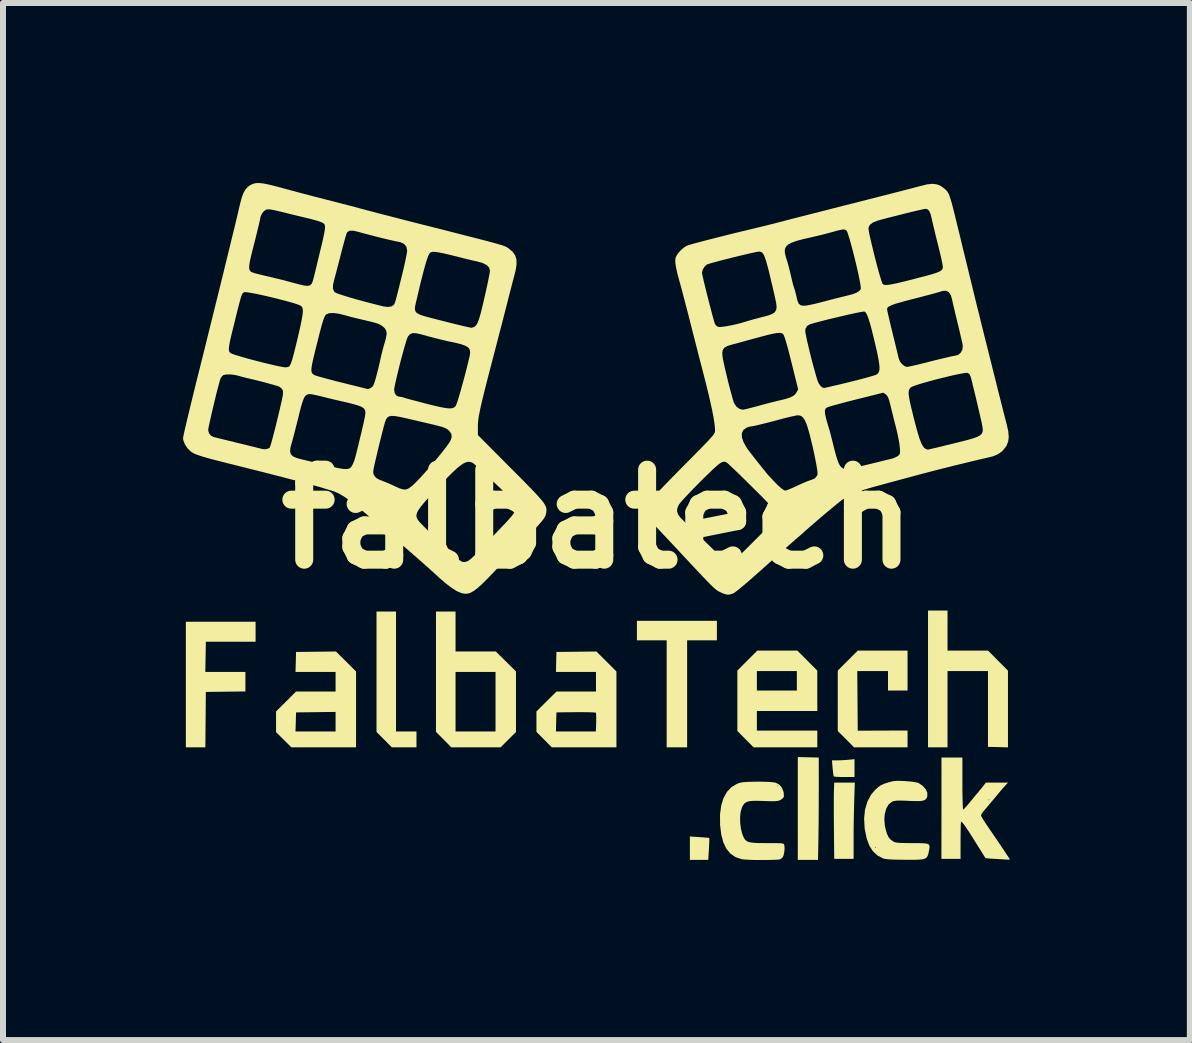
<source format=kicad_pcb>
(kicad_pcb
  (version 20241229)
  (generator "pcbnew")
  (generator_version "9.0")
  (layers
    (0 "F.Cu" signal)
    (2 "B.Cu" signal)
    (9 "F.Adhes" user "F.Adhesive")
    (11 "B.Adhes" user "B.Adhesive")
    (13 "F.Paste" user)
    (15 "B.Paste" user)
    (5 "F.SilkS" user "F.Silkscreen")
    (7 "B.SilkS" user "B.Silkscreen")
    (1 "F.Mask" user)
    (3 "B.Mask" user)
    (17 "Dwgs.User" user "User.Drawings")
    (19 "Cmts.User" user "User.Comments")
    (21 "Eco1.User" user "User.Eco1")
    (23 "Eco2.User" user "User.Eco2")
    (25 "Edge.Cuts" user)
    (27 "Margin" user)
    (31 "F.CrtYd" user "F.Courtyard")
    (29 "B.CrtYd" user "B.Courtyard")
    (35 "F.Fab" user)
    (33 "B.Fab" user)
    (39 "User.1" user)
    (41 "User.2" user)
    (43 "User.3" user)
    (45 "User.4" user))
  (footprint "falbatech"
    (layer "F.Cu")
    (at 6.912 5.598)
    (property "Reference" "falbatech" (at 0 0 0) (layer "F.SilkS") (effects (font (size 1.5 1.5) (thickness 0.3))))
    (attr board_only exclude_from_pos_files exclude_from_bom)
    (fp_poly (pts (xy -3.363 2.542) (xy -3.363 3.541) (xy -3.192 3.541) (xy -3.022 3.541) (xy -3.022 3.673) (xy -3.022 3.805) (xy -3.228 3.805) (xy -3.433 3.805) (xy -3.561 3.676) (xy -3.688 3.548) (xy -3.688 2.545) (xy -3.688 1.542) (xy -3.526 1.542) (xy -3.363 1.542)) (stroke (width 0) (type solid)) (fill yes) (layer "F.SilkS"))
    (fp_poly (pts (xy 1.693 5.301) (xy 1.76 5.306) (xy 1.814 5.31) (xy 1.848 5.314) (xy 1.857 5.316) (xy 1.858 5.332) (xy 1.857 5.373) (xy 1.855 5.433) (xy 1.851 5.5) (xy 1.84 5.68) (xy 1.687 5.68) (xy 1.534 5.68) (xy 1.534 5.485) (xy 1.534 5.29)) (stroke (width 0) (type solid)) (fill yes) (layer "F.SilkS"))
    (fp_poly (pts (xy 3.506 3.971) (xy 3.681 3.975) (xy 3.682 4.459) (xy 3.681 4.603) (xy 3.681 4.758) (xy 3.68 4.915) (xy 3.679 5.067) (xy 3.677 5.205) (xy 3.676 5.312) (xy 3.669 5.68) (xy 3.5 5.68) (xy 3.332 5.68) (xy 3.332 4.823) (xy 3.332 3.967)) (stroke (width 0) (type solid)) (fill yes) (layer "F.SilkS"))
    (fp_poly (pts (xy 1.984 1.86) (xy 1.984 2.022) (xy 1.736 2.022) (xy 1.488 2.022) (xy 1.488 2.913) (xy 1.488 3.805) (xy 1.317 3.805) (xy 1.147 3.805) (xy 1.147 2.913) (xy 1.147 2.022) (xy 0.899 2.022) (xy 0.651 2.022) (xy 0.651 1.86) (xy 0.651 1.697) (xy 1.317 1.697) (xy 1.984 1.697)) (stroke (width 0) (type solid)) (fill yes) (layer "F.SilkS"))
    (fp_poly (pts (xy 4.277 4.151) (xy 4.277 4.3) (xy 4.108 4.3) (xy 4.038 4.299) (xy 3.981 4.297) (xy 3.943 4.293) (xy 3.931 4.289) (xy 3.926 4.269) (xy 3.92 4.226) (xy 3.914 4.169) (xy 3.912 4.149) (xy 3.901 4.022) (xy 3.994 4.022) (xy 4.065 4.02) (xy 4.144 4.015) (xy 4.182 4.012) (xy 4.277 4.002)) (stroke (width 0) (type solid)) (fill yes) (layer "F.SilkS"))
    (fp_poly (pts (xy -5.703 1.879) (xy -5.703 2.046) (xy -6.118 2.046) (xy -6.532 2.046) (xy -6.536 2.297) (xy -6.541 2.549) (xy -6.207 2.549) (xy -5.873 2.549) (xy -5.873 2.712) (xy -5.873 2.874) (xy -6.203 2.878) (xy -6.532 2.882) (xy -6.536 3.344) (xy -6.54 3.805) (xy -6.703 3.805) (xy -6.865 3.805) (xy -6.865 2.759) (xy -6.865 1.712) (xy -6.284 1.712) (xy -5.703 1.712)) (stroke (width 0) (type solid)) (fill yes) (layer "F.SilkS"))
    (fp_poly (pts (xy 4.272 4.698) (xy 4.269 4.817) (xy 4.266 4.954) (xy 4.263 5.098) (xy 4.262 5.236) (xy 4.262 5.334) (xy 4.262 5.664) (xy 4.1 5.664) (xy 3.939 5.664) (xy 3.934 5.172) (xy 3.933 5.044) (xy 3.932 4.918) (xy 3.932 4.801) (xy 3.932 4.697) (xy 3.932 4.612) (xy 3.933 4.551) (xy 3.934 4.537) (xy 3.939 4.393) (xy 4.11 4.393) (xy 4.282 4.393)) (stroke (width 0) (type solid)) (fill yes) (layer "F.SilkS"))
    (fp_poly (pts (xy 5.827 1.86) (xy 5.827 2.193) (xy 6.164 2.193) (xy 6.502 2.193) (xy 6.668 2.36) (xy 6.834 2.527) (xy 6.834 3.166) (xy 6.834 3.806) (xy 6.668 3.801) (xy 6.501 3.797) (xy 6.501 3.165) (xy 6.501 2.534) (xy 6.164 2.534) (xy 5.827 2.534) (xy 5.827 3.169) (xy 5.827 3.805) (xy 5.664 3.805) (xy 5.502 3.805) (xy 5.502 2.666) (xy 5.502 1.526) (xy 5.664 1.526) (xy 5.827 1.526)) (stroke (width 0) (type solid)) (fill yes) (layer "F.SilkS"))
    (fp_poly (pts (xy 5.161 2.526) (xy 5.161 2.859) (xy 4.998 2.859) (xy 4.835 2.859) (xy 4.835 2.697) (xy 4.835 2.534) (xy 4.579 2.534) (xy 4.323 2.534) (xy 4.327 3.031) (xy 4.331 3.528) (xy 4.746 3.526) (xy 5.161 3.525) (xy 5.161 3.665) (xy 5.161 3.805) (xy 4.715 3.805) (xy 4.269 3.805) (xy 4.134 3.669) (xy 3.998 3.533) (xy 3.998 3.029) (xy 3.998 2.526) (xy 4.165 2.359) (xy 4.332 2.193) (xy 4.746 2.193) (xy 5.161 2.193)) (stroke (width 0) (type solid)) (fill yes) (layer "F.SilkS"))
    (fp_poly (pts (xy -2.371 1.875) (xy -2.371 2.208) (xy -2.036 2.208) (xy -1.7 2.208) (xy -1.532 2.374) (xy -1.364 2.54) (xy -1.364 3.045) (xy -1.364 3.55) (xy -1.492 3.677) (xy -1.62 3.805) (xy -2.031 3.805) (xy -2.442 3.805) (xy -2.569 3.676) (xy -2.697 3.548) (xy -2.697 3.045) (xy -2.371 3.045) (xy -2.371 3.541) (xy -2.038 3.541) (xy -1.705 3.541) (xy -1.705 3.045) (xy -1.705 2.549) (xy -2.038 2.549) (xy -2.371 2.549) (xy -2.371 3.045) (xy -2.697 3.045) (xy -2.697 2.545) (xy -2.697 1.542) (xy -2.534 1.542) (xy -2.371 1.542)) (stroke (width 0) (type solid)) (fill yes) (layer "F.SilkS"))
    (fp_poly (pts (xy -4.196 2.374) (xy -4.029 2.541) (xy -4.029 3.173) (xy -4.029 3.805) (xy -4.568 3.805) (xy -5.107 3.805) (xy -5.235 3.678) (xy -5.362 3.551) (xy -5.362 3.541) (xy -5.038 3.541) (xy -4.704 3.541) (xy -4.37 3.541) (xy -4.37 3.378) (xy -4.37 3.215) (xy -4.7 3.219) (xy -5.029 3.223) (xy -5.033 3.382) (xy -5.038 3.541) (xy -5.362 3.541) (xy -5.362 3.379) (xy -5.362 3.207) (xy -5.195 3.041) (xy -5.028 2.875) (xy -4.699 2.875) (xy -4.37 2.875) (xy -4.37 2.712) (xy -4.37 2.549) (xy -4.704 2.549) (xy -5.038 2.549) (xy -5.033 2.383) (xy -5.029 2.216) (xy -4.696 2.212) (xy -4.364 2.208)) (stroke (width 0) (type solid)) (fill yes) (layer "F.SilkS"))
    (fp_poly (pts (xy 3.491 2.36) (xy 3.657 2.527) (xy 3.657 2.863) (xy 3.657 3.2) (xy 3.154 3.2) (xy 2.65 3.2) (xy 2.65 3.363) (xy 2.65 3.526) (xy 3.154 3.526) (xy 3.657 3.526) (xy 3.657 3.665) (xy 3.657 3.805) (xy 3.126 3.805) (xy 2.595 3.805) (xy 2.46 3.669) (xy 2.325 3.533) (xy 2.325 3.029) (xy 2.325 2.697) (xy 2.65 2.697) (xy 2.65 2.859) (xy 2.983 2.859) (xy 3.316 2.859) (xy 3.316 2.697) (xy 3.316 2.534) (xy 2.983 2.534) (xy 2.65 2.534) (xy 2.65 2.697) (xy 2.325 2.697) (xy 2.325 2.526) (xy 2.491 2.359) (xy 2.658 2.193) (xy 2.991 2.193) (xy 3.325 2.193)) (stroke (width 0) (type solid)) (fill yes) (layer "F.SilkS"))
    (fp_poly (pts (xy 0.143 2.374) (xy 0.31 2.541) (xy 0.31 3.173) (xy 0.31 3.805) (xy -0.229 3.805) (xy -0.768 3.805) (xy -0.895 3.676) (xy -1.023 3.548) (xy -1.023 3.541) (xy -0.698 3.541) (xy -0.366 3.541) (xy -0.033 3.541) (xy -0.028 3.392) (xy -0.027 3.327) (xy -0.028 3.273) (xy -0.03 3.238) (xy -0.032 3.229) (xy -0.05 3.225) (xy -0.094 3.222) (xy -0.162 3.22) (xy -0.247 3.219) (xy -0.347 3.219) (xy -0.365 3.219) (xy -0.69 3.223) (xy -0.694 3.382) (xy -0.698 3.541) (xy -1.023 3.541) (xy -1.023 3.378) (xy -1.023 3.207) (xy -0.856 3.041) (xy -0.689 2.875) (xy -0.36 2.875) (xy -0.031 2.875) (xy -0.031 2.712) (xy -0.031 2.549) (xy -0.365 2.549) (xy -0.698 2.549) (xy -0.694 2.383) (xy -0.69 2.216) (xy -0.357 2.212) (xy -0.024 2.208)) (stroke (width 0) (type solid)) (fill yes) (layer "F.SilkS"))
    (fp_poly (pts (xy 2.749 4.378) (xy 2.835 4.381) (xy 2.907 4.386) (xy 2.957 4.393) (xy 2.963 4.394) (xy 3.024 4.426) (xy 3.069 4.48) (xy 3.096 4.551) (xy 3.101 4.627) (xy 3.087 4.65) (xy 3.056 4.675) (xy 3.047 4.68) (xy 3.023 4.691) (xy 2.996 4.698) (xy 2.96 4.702) (xy 2.91 4.703) (xy 2.838 4.702) (xy 2.765 4.699) (xy 2.658 4.696) (xy 2.577 4.697) (xy 2.518 4.704) (xy 2.475 4.718) (xy 2.443 4.74) (xy 2.419 4.772) (xy 2.403 4.803) (xy 2.381 4.873) (xy 2.371 4.961) (xy 2.372 5.06) (xy 2.384 5.158) (xy 2.406 5.247) (xy 2.428 5.302) (xy 2.447 5.335) (xy 2.47 5.359) (xy 2.499 5.377) (xy 2.54 5.389) (xy 2.597 5.396) (xy 2.674 5.4) (xy 2.777 5.401) (xy 2.819 5.401) (xy 2.918 5.401) (xy 2.991 5.402) (xy 3.041 5.403) (xy 3.074 5.407) (xy 3.092 5.412) (xy 3.102 5.42) (xy 3.107 5.432) (xy 3.108 5.437) (xy 3.112 5.486) (xy 3.107 5.547) (xy 3.095 5.605) (xy 3.084 5.632) (xy 3.056 5.661) (xy 3.033 5.671) (xy 2.992 5.677) (xy 2.927 5.68) (xy 2.844 5.682) (xy 2.752 5.683) (xy 2.658 5.683) (xy 2.567 5.681) (xy 2.487 5.677) (xy 2.426 5.673) (xy 2.397 5.669) (xy 2.295 5.635) (xy 2.21 5.577) (xy 2.142 5.495) (xy 2.091 5.389) (xy 2.056 5.257) (xy 2.037 5.099) (xy 2.037 5.089) (xy 2.036 4.922) (xy 2.056 4.775) (xy 2.094 4.65) (xy 2.152 4.547) (xy 2.227 4.467) (xy 2.26 4.448) (xy 2.991 4.448) (xy 2.999 4.455) (xy 3.006 4.448) (xy 2.999 4.44) (xy 2.991 4.448) (xy 2.26 4.448) (xy 2.321 4.412) (xy 2.369 4.395) (xy 2.413 4.387) (xy 2.481 4.382) (xy 2.564 4.379) (xy 2.656 4.377)) (stroke (width 0) (type solid)) (fill yes) (layer "F.SilkS"))
    (fp_poly (pts (xy 6.075 4.409) (xy 6.075 4.521) (xy 6.077 4.623) (xy 6.079 4.71) (xy 6.081 4.778) (xy 6.084 4.823) (xy 6.087 4.843) (xy 6.088 4.843) (xy 6.102 4.832) (xy 6.131 4.801) (xy 6.171 4.755) (xy 6.21 4.707) (xy 6.233 4.68) (xy 6.509 4.68) (xy 6.517 4.688) (xy 6.524 4.68) (xy 6.517 4.672) (xy 6.509 4.68) (xy 6.233 4.68) (xy 6.258 4.648) (xy 6.303 4.594) (xy 6.338 4.553) (xy 6.354 4.533) (xy 6.387 4.494) (xy 6.423 4.449) (xy 6.427 4.444) (xy 6.466 4.393) (xy 6.651 4.393) (xy 6.836 4.393) (xy 6.8 4.43) (xy 6.771 4.462) (xy 6.732 4.506) (xy 6.703 4.541) (xy 6.668 4.583) (xy 6.624 4.636) (xy 6.569 4.701) (xy 6.5 4.784) (xy 6.414 4.886) (xy 6.393 4.917) (xy 6.385 4.94) (xy 6.393 4.961) (xy 6.416 5) (xy 6.448 5.05) (xy 6.464 5.075) (xy 6.561 5.217) (xy 6.646 5.342) (xy 6.719 5.449) (xy 6.778 5.537) (xy 6.822 5.605) (xy 6.852 5.65) (xy 6.865 5.671) (xy 6.865 5.673) (xy 6.852 5.677) (xy 6.821 5.676) (xy 6.786 5.674) (xy 6.73 5.67) (xy 6.661 5.666) (xy 6.62 5.664) (xy 6.554 5.66) (xy 6.501 5.656) (xy 6.467 5.651) (xy 6.459 5.649) (xy 6.448 5.633) (xy 6.425 5.597) (xy 6.392 5.544) (xy 6.353 5.481) (xy 6.346 5.471) (xy 6.269 5.347) (xy 6.206 5.247) (xy 6.156 5.17) (xy 6.117 5.114) (xy 6.088 5.075) (xy 6.068 5.053) (xy 6.055 5.045) (xy 6.053 5.044) (xy 6.05 5.059) (xy 6.048 5.1) (xy 6.046 5.163) (xy 6.045 5.243) (xy 6.044 5.335) (xy 6.044 5.354) (xy 6.044 5.664) (xy 5.885 5.664) (xy 5.725 5.664) (xy 5.726 4.82) (xy 5.726 3.975) (xy 5.901 3.975) (xy 6.075 3.975)) (stroke (width 0) (type solid)) (fill yes) (layer "F.SilkS"))
    (fp_poly (pts (xy 5.108 4.367) (xy 5.122 4.368) (xy 5.212 4.375) (xy 5.285 4.385) (xy 5.335 4.396) (xy 5.347 4.401) (xy 5.415 4.448) (xy 5.464 4.504) (xy 5.49 4.563) (xy 5.49 4.622) (xy 5.486 4.634) (xy 5.472 4.661) (xy 5.452 4.681) (xy 5.42 4.693) (xy 5.373 4.7) (xy 5.305 4.701) (xy 5.213 4.699) (xy 5.177 4.697) (xy 5.086 4.693) (xy 5.021 4.692) (xy 4.974 4.694) (xy 4.94 4.699) (xy 4.914 4.707) (xy 4.897 4.715) (xy 4.845 4.758) (xy 4.807 4.824) (xy 4.783 4.908) (xy 4.774 5.005) (xy 4.783 5.11) (xy 4.795 5.169) (xy 4.819 5.248) (xy 4.845 5.303) (xy 4.879 5.343) (xy 4.917 5.37) (xy 4.939 5.382) (xy 4.964 5.39) (xy 4.998 5.395) (xy 5.047 5.398) (xy 5.114 5.4) (xy 5.207 5.401) (xy 5.232 5.401) (xy 5.338 5.401) (xy 5.416 5.403) (xy 5.471 5.408) (xy 5.505 5.418) (xy 5.523 5.435) (xy 5.528 5.46) (xy 5.524 5.496) (xy 5.517 5.533) (xy 5.507 5.58) (xy 5.495 5.615) (xy 5.479 5.641) (xy 5.453 5.659) (xy 5.414 5.67) (xy 5.358 5.676) (xy 5.28 5.679) (xy 5.178 5.679) (xy 5.126 5.679) (xy 5.002 5.677) (xy 4.906 5.675) (xy 4.834 5.67) (xy 4.784 5.664) (xy 4.753 5.656) (xy 4.66 5.608) (xy 4.583 5.536) (xy 4.542 5.471) (xy 4.618 5.471) (xy 4.626 5.478) (xy 4.634 5.471) (xy 4.626 5.463) (xy 4.618 5.471) (xy 4.542 5.471) (xy 4.523 5.441) (xy 4.479 5.32) (xy 4.449 5.174) (xy 4.446 5.155) (xy 4.437 4.992) (xy 4.452 4.843) (xy 4.492 4.709) (xy 4.554 4.593) (xy 4.617 4.519) (xy 4.669 4.47) (xy 4.717 4.437) (xy 4.771 4.412) (xy 4.823 4.395) (xy 4.878 4.379) (xy 4.925 4.369) (xy 4.972 4.364) (xy 5.03 4.364)) (stroke (width 0) (type solid)) (fill yes) (layer "F.SilkS"))
    (fp_poly (pts (xy 5.651 -5.576) (xy 5.716 -5.549) (xy 5.779 -5.502) (xy 5.786 -5.496) (xy 5.808 -5.474) (xy 5.827 -5.451) (xy 5.844 -5.422) (xy 5.86 -5.384) (xy 5.877 -5.333) (xy 5.897 -5.266) (xy 5.92 -5.178) (xy 5.948 -5.066) (xy 5.967 -4.987) (xy 5.997 -4.864) (xy 6.029 -4.735) (xy 6.06 -4.607) (xy 6.088 -4.489) (xy 6.113 -4.39) (xy 6.121 -4.355) (xy 6.145 -4.258) (xy 6.173 -4.142) (xy 6.204 -4.015) (xy 6.235 -3.889) (xy 6.261 -3.781) (xy 6.286 -3.678) (xy 6.316 -3.556) (xy 6.351 -3.417) (xy 6.388 -3.266) (xy 6.428 -3.105) (xy 6.47 -2.937) (xy 6.513 -2.766) (xy 6.556 -2.594) (xy 6.598 -2.426) (xy 6.639 -2.263) (xy 6.677 -2.11) (xy 6.713 -1.969) (xy 6.744 -1.844) (xy 6.771 -1.738) (xy 6.793 -1.654) (xy 6.808 -1.595) (xy 6.814 -1.574) (xy 6.839 -1.461) (xy 6.847 -1.368) (xy 6.838 -1.291) (xy 6.811 -1.223) (xy 6.798 -1.202) (xy 6.741 -1.133) (xy 6.672 -1.081) (xy 6.583 -1.044) (xy 6.507 -1.025) (xy 6.434 -1.008) (xy 6.336 -0.986) (xy 6.22 -0.958) (xy 6.09 -0.926) (xy 5.953 -0.893) (xy 5.814 -0.858) (xy 5.677 -0.824) (xy 5.55 -0.791) (xy 5.437 -0.761) (xy 5.37 -0.744) (xy 5.281 -0.72) (xy 5.171 -0.69) (xy 5.048 -0.657) (xy 4.918 -0.622) (xy 4.791 -0.588) (xy 4.734 -0.572) (xy 4.583 -0.531) (xy 4.457 -0.494) (xy 4.354 -0.46) (xy 4.268 -0.428) (xy 4.196 -0.395) (xy 4.133 -0.361) (xy 4.076 -0.323) (xy 4.027 -0.285) (xy 3.961 -0.231) (xy 3.882 -0.166) (xy 3.796 -0.094) (xy 3.708 -0.02) (xy 3.625 0.052) (xy 3.551 0.116) (xy 3.491 0.168) (xy 3.463 0.193) (xy 3.412 0.239) (xy 3.35 0.293) (xy 3.289 0.345) (xy 3.286 0.349) (xy 3.242 0.387) (xy 3.181 0.44) (xy 3.108 0.505) (xy 3.03 0.575) (xy 2.953 0.644) (xy 2.798 0.783) (xy 2.665 0.901) (xy 2.552 1.001) (xy 2.458 1.082) (xy 2.383 1.145) (xy 2.324 1.192) (xy 2.282 1.224) (xy 2.255 1.241) (xy 2.251 1.242) (xy 2.198 1.259) (xy 2.149 1.26) (xy 2.091 1.243) (xy 2.051 1.225) (xy 2.026 1.213) (xy 2.002 1.2) (xy 1.977 1.183) (xy 1.949 1.16) (xy 1.915 1.129) (xy 1.872 1.087) (xy 1.819 1.033) (xy 1.754 0.965) (xy 1.673 0.88) (xy 1.575 0.775) (xy 1.503 0.698) (xy 1.416 0.605) (xy 1.33 0.512) (xy 1.248 0.425) (xy 1.175 0.347) (xy 1.115 0.283) (xy 1.071 0.237) (xy 1.068 0.233) (xy 0.985 0.145) (xy 0.922 0.076) (xy 0.876 0.023) (xy 0.845 -0.017) (xy 0.826 -0.045) (xy 0.824 -0.049) (xy 0.807 -0.11) (xy 0.808 -0.127) (xy 1.32 -0.127) (xy 1.337 -0.077) (xy 1.377 -0.022) (xy 1.438 0.04) (xy 1.478 0.078) (xy 1.536 0.134) (xy 1.608 0.203) (xy 1.688 0.28) (xy 1.773 0.362) (xy 1.835 0.422) (xy 1.927 0.512) (xy 2.002 0.585) (xy 2.064 0.641) (xy 2.117 0.68) (xy 2.164 0.7) (xy 2.209 0.702) (xy 2.256 0.686) (xy 2.309 0.651) (xy 2.372 0.596) (xy 2.448 0.523) (xy 2.542 0.429) (xy 2.611 0.36) (xy 2.708 0.263) (xy 2.785 0.186) (xy 2.845 0.126) (xy 2.889 0.079) (xy 2.92 0.043) (xy 2.941 0.016) (xy 2.953 -0.005) (xy 2.958 -0.023) (xy 2.96 -0.04) (xy 2.96 -0.044) (xy 2.956 -0.091) (xy 2.942 -0.132) (xy 2.914 -0.177) (xy 2.867 -0.233) (xy 2.861 -0.24) (xy 2.829 -0.274) (xy 2.78 -0.324) (xy 2.72 -0.386) (xy 2.649 -0.456) (xy 2.573 -0.532) (xy 2.495 -0.609) (xy 2.417 -0.686) (xy 2.343 -0.758) (xy 2.277 -0.822) (xy 2.221 -0.875) (xy 2.179 -0.914) (xy 2.155 -0.935) (xy 2.151 -0.938) (xy 2.129 -0.95) (xy 2.107 -0.955) (xy 2.083 -0.952) (xy 2.055 -0.94) (xy 2.019 -0.916) (xy 1.974 -0.878) (xy 1.915 -0.825) (xy 1.842 -0.754) (xy 1.75 -0.664) (xy 1.711 -0.625) (xy 1.626 -0.539) (xy 1.546 -0.457) (xy 1.476 -0.383) (xy 1.417 -0.319) (xy 1.374 -0.27) (xy 1.35 -0.238) (xy 1.347 -0.233) (xy 1.324 -0.177) (xy 1.32 -0.127) (xy 0.808 -0.127) (xy 0.812 -0.182) (xy 0.837 -0.256) (xy 0.839 -0.259) (xy 0.858 -0.286) (xy 0.898 -0.332) (xy 0.957 -0.398) (xy 1.034 -0.48) (xy 1.127 -0.578) (xy 1.236 -0.69) (xy 1.359 -0.815) (xy 1.412 -0.869) (xy 1.535 -0.992) (xy 1.637 -1.096) (xy 1.721 -1.181) (xy 1.789 -1.251) (xy 1.842 -1.306) (xy 1.882 -1.35) (xy 1.911 -1.384) (xy 1.931 -1.41) (xy 1.94 -1.426) (xy 2.399 -1.426) (xy 2.401 -1.358) (xy 2.429 -1.278) (xy 2.481 -1.186) (xy 2.512 -1.142) (xy 2.545 -1.1) (xy 2.588 -1.044) (xy 2.638 -0.98) (xy 2.691 -0.914) (xy 2.742 -0.85) (xy 2.788 -0.794) (xy 2.822 -0.751) (xy 2.843 -0.727) (xy 2.843 -0.727) (xy 2.862 -0.707) (xy 2.894 -0.673) (xy 2.93 -0.634) (xy 3 -0.562) (xy 3.058 -0.511) (xy 3.102 -0.48) (xy 3.125 -0.473) (xy 3.148 -0.479) (xy 3.192 -0.496) (xy 3.252 -0.522) (xy 3.321 -0.553) (xy 3.33 -0.558) (xy 3.403 -0.591) (xy 3.47 -0.62) (xy 3.525 -0.641) (xy 3.559 -0.652) (xy 3.56 -0.652) (xy 3.618 -0.677) (xy 3.654 -0.723) (xy 3.661 -0.747) (xy 3.661 -0.775) (xy 3.654 -0.828) (xy 3.642 -0.901) (xy 3.625 -0.99) (xy 3.605 -1.089) (xy 3.582 -1.193) (xy 3.557 -1.297) (xy 3.533 -1.397) (xy 3.515 -1.462) (xy 3.484 -1.565) (xy 3.453 -1.639) (xy 3.421 -1.689) (xy 3.385 -1.718) (xy 3.343 -1.728) (xy 3.336 -1.728) (xy 3.306 -1.724) (xy 3.252 -1.713) (xy 3.182 -1.697) (xy 3.102 -1.677) (xy 3.068 -1.668) (xy 2.922 -1.629) (xy 2.797 -1.597) (xy 2.695 -1.572) (xy 2.618 -1.554) (xy 2.567 -1.544) (xy 2.549 -1.542) (xy 2.518 -1.536) (xy 2.477 -1.52) (xy 2.471 -1.517) (xy 2.422 -1.48) (xy 2.399 -1.426) (xy 1.94 -1.426) (xy 1.943 -1.43) (xy 1.95 -1.447) (xy 1.952 -1.462) (xy 1.953 -1.476) (xy 1.953 -1.479) (xy 1.95 -1.538) (xy 1.941 -1.612) (xy 1.926 -1.704) (xy 1.91 -1.785) (xy 3.783 -1.785) (xy 3.789 -1.738) (xy 3.804 -1.672) (xy 3.828 -1.585) (xy 3.858 -1.488) (xy 3.867 -1.457) (xy 3.881 -1.402) (xy 3.899 -1.33) (xy 3.92 -1.248) (xy 3.929 -1.209) (xy 3.96 -1.09) (xy 3.987 -0.999) (xy 4.012 -0.931) (xy 4.038 -0.884) (xy 4.067 -0.854) (xy 4.1 -0.837) (xy 4.14 -0.83) (xy 4.148 -0.83) (xy 4.173 -0.833) (xy 4.223 -0.843) (xy 4.292 -0.858) (xy 4.376 -0.878) (xy 4.47 -0.9) (xy 4.489 -0.905) (xy 4.588 -0.929) (xy 4.683 -0.952) (xy 4.766 -0.973) (xy 4.832 -0.989) (xy 4.875 -0.999) (xy 4.878 -0.999) (xy 4.933 -1.016) (xy 4.982 -1.039) (xy 5 -1.05) (xy 5.02 -1.068) (xy 5.032 -1.087) (xy 5.036 -1.115) (xy 5.034 -1.161) (xy 5.031 -1.2) (xy 5.024 -1.26) (xy 5.009 -1.34) (xy 4.991 -1.43) (xy 4.969 -1.521) (xy 4.966 -1.534) (xy 4.941 -1.628) (xy 4.917 -1.727) (xy 4.894 -1.819) (xy 4.876 -1.893) (xy 4.875 -1.898) (xy 4.856 -1.971) (xy 4.839 -2.021) (xy 4.821 -2.053) (xy 4.8 -2.075) (xy 4.8 -2.075) (xy 4.786 -2.084) (xy 5.179 -2.084) (xy 5.186 -2.03) (xy 5.199 -1.958) (xy 5.22 -1.865) (xy 5.249 -1.747) (xy 5.262 -1.693) (xy 5.299 -1.55) (xy 5.331 -1.434) (xy 5.359 -1.343) (xy 5.385 -1.274) (xy 5.41 -1.224) (xy 5.435 -1.189) (xy 5.462 -1.168) (xy 5.491 -1.157) (xy 5.501 -1.156) (xy 5.517 -1.159) (xy 5.559 -1.169) (xy 5.624 -1.184) (xy 5.707 -1.204) (xy 5.804 -1.228) (xy 5.912 -1.254) (xy 5.923 -1.257) (xy 6.061 -1.291) (xy 6.172 -1.32) (xy 6.259 -1.345) (xy 6.323 -1.369) (xy 6.368 -1.393) (xy 6.397 -1.42) (xy 6.411 -1.452) (xy 6.415 -1.49) (xy 6.409 -1.536) (xy 6.398 -1.594) (xy 6.394 -1.615) (xy 6.382 -1.665) (xy 6.366 -1.737) (xy 6.345 -1.826) (xy 6.322 -1.925) (xy 6.298 -2.027) (xy 6.274 -2.126) (xy 6.251 -2.217) (xy 6.233 -2.294) (xy 6.218 -2.349) (xy 6.214 -2.367) (xy 6.194 -2.412) (xy 6.165 -2.433) (xy 6.159 -2.435) (xy 6.13 -2.434) (xy 6.076 -2.426) (xy 6.002 -2.412) (xy 5.913 -2.393) (xy 5.813 -2.369) (xy 5.708 -2.343) (xy 5.601 -2.316) (xy 5.499 -2.288) (xy 5.406 -2.262) (xy 5.326 -2.237) (xy 5.265 -2.216) (xy 5.227 -2.2) (xy 5.219 -2.195) (xy 5.2 -2.176) (xy 5.187 -2.154) (xy 5.18 -2.125) (xy 5.179 -2.084) (xy 4.786 -2.084) (xy 4.759 -2.105) (xy 4.305 -1.992) (xy 4.19 -1.963) (xy 4.083 -1.935) (xy 3.988 -1.909) (xy 3.91 -1.888) (xy 3.853 -1.871) (xy 3.821 -1.859) (xy 3.816 -1.857) (xy 3.797 -1.841) (xy 3.786 -1.818) (xy 3.783 -1.785) (xy 1.91 -1.785) (xy 1.905 -1.814) (xy 1.876 -1.945) (xy 1.84 -2.1) (xy 1.796 -2.279) (xy 1.743 -2.485) (xy 1.719 -2.578) (xy 1.692 -2.68) (xy 1.671 -2.763) (xy 2.073 -2.763) (xy 2.08 -2.689) (xy 2.093 -2.622) (xy 2.118 -2.511) (xy 2.145 -2.397) (xy 2.172 -2.285) (xy 2.199 -2.18) (xy 2.224 -2.087) (xy 2.245 -2.01) (xy 2.262 -1.954) (xy 2.271 -1.929) (xy 2.308 -1.874) (xy 2.358 -1.836) (xy 2.412 -1.821) (xy 2.412 -1.821) (xy 2.439 -1.825) (xy 2.489 -1.836) (xy 2.556 -1.853) (xy 2.635 -1.874) (xy 2.676 -1.885) (xy 2.768 -1.91) (xy 2.862 -1.935) (xy 2.947 -1.956) (xy 3.015 -1.973) (xy 3.03 -1.976) (xy 3.129 -2) (xy 3.202 -2.024) (xy 3.253 -2.049) (xy 3.288 -2.077) (xy 3.31 -2.108) (xy 3.338 -2.161) (xy 3.228 -2.604) (xy 3.192 -2.746) (xy 3.161 -2.865) (xy 3.134 -2.959) (xy 3.112 -3.028) (xy 3.096 -3.068) (xy 3.09 -3.078) (xy 3.073 -3.092) (xy 3.05 -3.1) (xy 3.018 -3.101) (xy 2.972 -3.097) (xy 2.909 -3.085) (xy 2.827 -3.066) (xy 2.722 -3.038) (xy 2.604 -3.006) (xy 2.506 -2.98) (xy 2.415 -2.955) (xy 2.335 -2.933) (xy 2.273 -2.916) (xy 2.234 -2.906) (xy 2.232 -2.905) (xy 2.159 -2.883) (xy 2.11 -2.855) (xy 2.082 -2.816) (xy 2.073 -2.763) (xy 1.671 -2.763) (xy 1.661 -2.803) (xy 1.626 -2.939) (xy 1.59 -3.08) (xy 1.576 -3.133) (xy 3.456 -3.133) (xy 3.46 -3.104) (xy 3.47 -3.05) (xy 3.485 -2.977) (xy 3.505 -2.892) (xy 3.527 -2.8) (xy 3.55 -2.706) (xy 3.573 -2.616) (xy 3.594 -2.537) (xy 3.602 -2.511) (xy 3.621 -2.442) (xy 3.64 -2.376) (xy 3.655 -2.324) (xy 3.656 -2.319) (xy 3.679 -2.262) (xy 3.711 -2.217) (xy 3.746 -2.188) (xy 3.778 -2.183) (xy 3.805 -2.19) (xy 3.854 -2.201) (xy 3.912 -2.215) (xy 3.921 -2.217) (xy 4.02 -2.24) (xy 4.126 -2.265) (xy 4.233 -2.292) (xy 4.337 -2.318) (xy 4.433 -2.343) (xy 4.516 -2.366) (xy 4.581 -2.385) (xy 4.623 -2.398) (xy 4.636 -2.403) (xy 4.661 -2.42) (xy 4.679 -2.442) (xy 4.69 -2.473) (xy 4.694 -2.515) (xy 4.69 -2.572) (xy 4.679 -2.647) (xy 4.661 -2.743) (xy 4.634 -2.862) (xy 4.6 -3.008) (xy 4.594 -3.03) (xy 4.562 -3.16) (xy 4.534 -3.263) (xy 4.51 -3.34) (xy 4.489 -3.396) (xy 4.47 -3.432) (xy 4.452 -3.452) (xy 4.441 -3.457) (xy 4.418 -3.455) (xy 4.371 -3.447) (xy 4.302 -3.433) (xy 4.217 -3.415) (xy 4.121 -3.393) (xy 4.018 -3.369) (xy 3.913 -3.344) (xy 3.81 -3.319) (xy 3.715 -3.294) (xy 3.631 -3.272) (xy 3.563 -3.253) (xy 3.537 -3.245) (xy 3.486 -3.216) (xy 3.46 -3.169) (xy 3.456 -3.133) (xy 1.576 -3.133) (xy 1.555 -3.217) (xy 1.534 -3.299) (xy 1.503 -3.423) (xy 1.469 -3.551) (xy 1.437 -3.676) (xy 1.407 -3.79) (xy 1.381 -3.886) (xy 1.365 -3.944) (xy 1.331 -4.068) (xy 1.323 -4.103) (xy 1.736 -4.103) (xy 1.739 -4.078) (xy 1.75 -4.029) (xy 1.766 -3.959) (xy 1.787 -3.874) (xy 1.81 -3.78) (xy 1.835 -3.68) (xy 1.861 -3.579) (xy 1.886 -3.484) (xy 1.908 -3.398) (xy 1.928 -3.327) (xy 1.943 -3.275) (xy 1.952 -3.248) (xy 1.953 -3.246) (xy 1.981 -3.215) (xy 2.002 -3.202) (xy 2.035 -3.199) (xy 2.09 -3.204) (xy 2.162 -3.215) (xy 2.244 -3.231) (xy 2.33 -3.251) (xy 2.412 -3.273) (xy 2.448 -3.284) (xy 2.515 -3.304) (xy 2.598 -3.328) (xy 2.686 -3.351) (xy 2.735 -3.364) (xy 2.833 -3.389) (xy 2.902 -3.415) (xy 2.948 -3.444) (xy 2.972 -3.483) (xy 2.974 -3.497) (xy 4.82 -3.497) (xy 4.823 -3.475) (xy 4.833 -3.427) (xy 4.849 -3.358) (xy 4.869 -3.273) (xy 4.892 -3.175) (xy 4.911 -3.099) (xy 4.937 -2.993) (xy 4.961 -2.894) (xy 4.982 -2.808) (xy 4.999 -2.738) (xy 5.01 -2.691) (xy 5.014 -2.674) (xy 5.034 -2.625) (xy 5.07 -2.579) (xy 5.112 -2.546) (xy 5.152 -2.534) (xy 5.176 -2.538) (xy 5.226 -2.548) (xy 5.296 -2.564) (xy 5.383 -2.585) (xy 5.481 -2.609) (xy 5.549 -2.627) (xy 5.652 -2.653) (xy 5.747 -2.676) (xy 5.829 -2.695) (xy 5.893 -2.71) (xy 5.935 -2.718) (xy 5.948 -2.72) (xy 6.004 -2.734) (xy 6.048 -2.772) (xy 6.076 -2.826) (xy 6.081 -2.89) (xy 6.08 -2.899) (xy 6.074 -2.928) (xy 6.062 -2.981) (xy 6.045 -3.054) (xy 6.025 -3.14) (xy 6.002 -3.236) (xy 5.997 -3.254) (xy 5.973 -3.355) (xy 5.95 -3.451) (xy 5.93 -3.537) (xy 5.914 -3.606) (xy 5.904 -3.652) (xy 5.904 -3.655) (xy 5.881 -3.732) (xy 5.847 -3.781) (xy 5.801 -3.803) (xy 5.741 -3.799) (xy 5.708 -3.788) (xy 5.681 -3.78) (xy 5.629 -3.765) (xy 5.556 -3.745) (xy 5.467 -3.722) (xy 5.366 -3.695) (xy 5.28 -3.673) (xy 5.148 -3.639) (xy 5.043 -3.61) (xy 4.962 -3.587) (xy 4.903 -3.566) (xy 4.862 -3.548) (xy 4.836 -3.531) (xy 4.823 -3.514) (xy 4.82 -3.497) (xy 2.974 -3.497) (xy 2.979 -3.535) (xy 2.97 -3.607) (xy 2.95 -3.7) (xy 2.911 -3.871) (xy 2.877 -4.014) (xy 2.849 -4.131) (xy 2.824 -4.226) (xy 2.803 -4.3) (xy 2.784 -4.356) (xy 2.767 -4.397) (xy 2.751 -4.425) (xy 2.734 -4.442) (xy 2.731 -4.444) (xy 3.115 -4.444) (xy 3.128 -4.382) (xy 3.146 -4.323) (xy 3.163 -4.27) (xy 3.183 -4.197) (xy 3.203 -4.115) (xy 3.218 -4.053) (xy 3.235 -3.98) (xy 3.25 -3.917) (xy 3.264 -3.87) (xy 3.272 -3.848) (xy 3.281 -3.821) (xy 3.294 -3.773) (xy 3.308 -3.714) (xy 3.309 -3.709) (xy 3.327 -3.635) (xy 3.348 -3.587) (xy 3.378 -3.562) (xy 3.421 -3.553) (xy 3.482 -3.558) (xy 3.531 -3.567) (xy 3.602 -3.582) (xy 3.684 -3.602) (xy 3.77 -3.624) (xy 3.781 -3.627) (xy 3.875 -3.652) (xy 3.973 -3.677) (xy 4.066 -3.7) (xy 4.14 -3.718) (xy 4.241 -3.744) (xy 4.314 -3.772) (xy 4.36 -3.802) (xy 4.381 -3.831) (xy 4.382 -3.857) (xy 4.375 -3.908) (xy 4.362 -3.979) (xy 4.345 -4.066) (xy 4.323 -4.165) (xy 4.298 -4.27) (xy 4.272 -4.377) (xy 4.245 -4.482) (xy 4.219 -4.579) (xy 4.195 -4.665) (xy 4.173 -4.735) (xy 4.156 -4.784) (xy 4.143 -4.807) (xy 4.142 -4.808) (xy 4.125 -4.819) (xy 4.106 -4.824) (xy 4.079 -4.824) (xy 4.038 -4.816) (xy 3.979 -4.802) (xy 3.898 -4.779) (xy 3.805 -4.754) (xy 3.699 -4.727) (xy 3.598 -4.704) (xy 3.557 -4.694) (xy 3.42 -4.663) (xy 3.312 -4.634) (xy 3.231 -4.605) (xy 3.172 -4.574) (xy 3.135 -4.538) (xy 3.117 -4.495) (xy 3.115 -4.444) (xy 2.731 -4.444) (xy 2.717 -4.451) (xy 2.697 -4.455) (xy 2.682 -4.455) (xy 2.655 -4.452) (xy 2.603 -4.441) (xy 2.531 -4.425) (xy 2.445 -4.405) (xy 2.348 -4.382) (xy 2.247 -4.357) (xy 2.145 -4.331) (xy 2.049 -4.307) (xy 1.963 -4.284) (xy 1.892 -4.264) (xy 1.842 -4.249) (xy 1.816 -4.24) (xy 1.816 -4.24) (xy 1.781 -4.208) (xy 1.751 -4.161) (xy 1.736 -4.112) (xy 1.736 -4.103) (xy 1.323 -4.103) (xy 1.308 -4.167) (xy 1.294 -4.243) (xy 1.29 -4.302) (xy 1.294 -4.346) (xy 1.3 -4.366) (xy 1.331 -4.42) (xy 1.381 -4.477) (xy 1.438 -4.526) (xy 1.483 -4.553) (xy 1.515 -4.564) (xy 1.572 -4.581) (xy 1.653 -4.603) (xy 1.753 -4.63) (xy 1.868 -4.66) (xy 1.995 -4.692) (xy 2.13 -4.726) (xy 2.27 -4.761) (xy 2.41 -4.795) (xy 2.548 -4.828) (xy 2.573 -4.834) (xy 2.607 -4.842) (xy 4.51 -4.842) (xy 4.514 -4.808) (xy 4.524 -4.75) (xy 4.541 -4.674) (xy 4.562 -4.583) (xy 4.586 -4.483) (xy 4.612 -4.379) (xy 4.639 -4.274) (xy 4.665 -4.175) (xy 4.69 -4.085) (xy 4.713 -4.01) (xy 4.731 -3.953) (xy 4.743 -3.921) (xy 4.746 -3.917) (xy 4.762 -3.905) (xy 4.79 -3.9) (xy 4.832 -3.901) (xy 4.891 -3.91) (xy 4.971 -3.926) (xy 5.074 -3.95) (xy 5.199 -3.981) (xy 5.344 -4.019) (xy 5.462 -4.049) (xy 5.555 -4.075) (xy 5.627 -4.097) (xy 5.679 -4.117) (xy 5.714 -4.135) (xy 5.736 -4.155) (xy 5.747 -4.177) (xy 5.749 -4.202) (xy 5.745 -4.232) (xy 5.739 -4.266) (xy 5.73 -4.31) (xy 5.715 -4.378) (xy 5.695 -4.461) (xy 5.672 -4.554) (xy 5.652 -4.634) (xy 5.628 -4.73) (xy 5.606 -4.823) (xy 5.586 -4.905) (xy 5.571 -4.97) (xy 5.563 -5.006) (xy 5.543 -5.085) (xy 5.519 -5.137) (xy 5.489 -5.163) (xy 5.463 -5.168) (xy 5.438 -5.165) (xy 5.389 -5.154) (xy 5.319 -5.138) (xy 5.234 -5.118) (xy 5.138 -5.095) (xy 5.037 -5.069) (xy 4.934 -5.043) (xy 4.835 -5.018) (xy 4.745 -4.994) (xy 4.668 -4.973) (xy 4.665 -4.972) (xy 4.584 -4.941) (xy 4.532 -4.901) (xy 4.511 -4.854) (xy 4.51 -4.842) (xy 2.607 -4.842) (xy 2.659 -4.855) (xy 2.767 -4.881) (xy 2.887 -4.911) (xy 3.009 -4.942) (xy 3.125 -4.972) (xy 3.13 -4.974) (xy 3.209 -4.994) (xy 3.313 -5.021) (xy 3.44 -5.053) (xy 3.584 -5.09) (xy 3.742 -5.13) (xy 3.909 -5.173) (xy 4.082 -5.217) (xy 4.257 -5.261) (xy 4.355 -5.286) (xy 4.52 -5.328) (xy 4.68 -5.369) (xy 4.831 -5.407) (xy 4.971 -5.443) (xy 5.095 -5.475) (xy 5.202 -5.503) (xy 5.287 -5.525) (xy 5.348 -5.541) (xy 5.377 -5.549) (xy 5.487 -5.576) (xy 5.576 -5.585)) (stroke (width 0) (type solid)) (fill yes) (layer "F.SilkS"))
    (fp_poly (pts (xy -5.634 -5.598) (xy -5.568 -5.59) (xy -5.486 -5.573) (xy -5.383 -5.548) (xy -5.254 -5.514) (xy -5.238 -5.509) (xy -5.11 -5.475) (xy -4.964 -5.435) (xy -4.811 -5.395) (xy -4.663 -5.357) (xy -4.533 -5.324) (xy -4.533 -5.323) (xy -4.412 -5.293) (xy -4.283 -5.259) (xy -4.154 -5.226) (xy -4.036 -5.195) (xy -3.936 -5.168) (xy -3.921 -5.164) (xy -3.85 -5.145) (xy -3.754 -5.12) (xy -3.638 -5.089) (xy -3.505 -5.055) (xy -3.361 -5.018) (xy -3.21 -4.979) (xy -3.058 -4.94) (xy -2.983 -4.921) (xy -2.745 -4.861) (xy -2.535 -4.808) (xy -2.351 -4.761) (xy -2.192 -4.72) (xy -2.055 -4.685) (xy -1.938 -4.655) (xy -1.841 -4.63) (xy -1.761 -4.608) (xy -1.695 -4.59) (xy -1.643 -4.575) (xy -1.602 -4.563) (xy -1.571 -4.552) (xy -1.547 -4.543) (xy -1.528 -4.535) (xy -1.514 -4.527) (xy -1.501 -4.519) (xy -1.491 -4.512) (xy -1.424 -4.457) (xy -1.38 -4.397) (xy -1.357 -4.328) (xy -1.354 -4.245) (xy -1.37 -4.143) (xy -1.385 -4.083) (xy -1.4 -4.026) (xy -1.421 -3.946) (xy -1.446 -3.848) (xy -1.475 -3.738) (xy -1.504 -3.623) (xy -1.525 -3.541) (xy -1.559 -3.408) (xy -1.598 -3.256) (xy -1.64 -3.095) (xy -1.681 -2.936) (xy -1.72 -2.788) (xy -1.735 -2.728) (xy -1.789 -2.522) (xy -1.835 -2.345) (xy -1.874 -2.192) (xy -1.906 -2.062) (xy -1.933 -1.951) (xy -1.954 -1.859) (xy -1.97 -1.781) (xy -1.983 -1.716) (xy -1.991 -1.661) (xy -1.996 -1.613) (xy -1.999 -1.571) (xy -1.999 -1.54) (xy -1.999 -1.399) (xy -1.453 -0.85) (xy -1.321 -0.718) (xy -1.21 -0.606) (xy -1.118 -0.511) (xy -1.042 -0.432) (xy -0.983 -0.367) (xy -0.936 -0.313) (xy -0.902 -0.269) (xy -0.879 -0.232) (xy -0.865 -0.201) (xy -0.857 -0.173) (xy -0.856 -0.146) (xy -0.858 -0.119) (xy -0.859 -0.109) (xy -0.865 -0.081) (xy -0.873 -0.054) (xy -0.888 -0.026) (xy -0.91 0.008) (xy -0.943 0.049) (xy -0.988 0.101) (xy -1.048 0.166) (xy -1.126 0.248) (xy -1.214 0.34) (xy -1.309 0.44) (xy -1.416 0.552) (xy -1.528 0.669) (xy -1.636 0.782) (xy -1.732 0.883) (xy -1.743 0.895) (xy -1.846 1.001) (xy -1.931 1.086) (xy -2.003 1.15) (xy -2.063 1.196) (xy -2.116 1.227) (xy -2.163 1.243) (xy -2.209 1.246) (xy -2.255 1.239) (xy -2.278 1.233) (xy -2.348 1.203) (xy -2.433 1.15) (xy -2.532 1.075) (xy -2.648 0.975) (xy -2.72 0.909) (xy -2.752 0.879) (xy -2.795 0.84) (xy -2.851 0.79) (xy -2.922 0.728) (xy -3.01 0.65) (xy -3.117 0.557) (xy -3.245 0.445) (xy -3.247 0.444) (xy -3.272 0.422) (xy -3.317 0.383) (xy -3.377 0.332) (xy -3.448 0.271) (xy -3.527 0.204) (xy -3.564 0.171) (xy -3.642 0.105) (xy -3.712 0.045) (xy -3.77 -0.005) (xy -3.813 -0.043) (xy -3.839 -0.065) (xy -3.841 -0.067) (xy -3.023 -0.067) (xy -3.021 -0.032) (xy -3.007 0.00048) (xy -2.984 0.034) (xy -2.98 0.04) (xy -2.955 0.067) (xy -2.912 0.112) (xy -2.854 0.17) (xy -2.785 0.237) (xy -2.709 0.311) (xy -2.629 0.388) (xy -2.551 0.463) (xy -2.476 0.533) (xy -2.411 0.594) (xy -2.357 0.643) (xy -2.319 0.676) (xy -2.306 0.686) (xy -2.264 0.712) (xy -2.23 0.719) (xy -2.187 0.709) (xy -2.174 0.705) (xy -2.143 0.686) (xy -2.1 0.651) (xy -2.053 0.606) (xy -2.046 0.598) (xy -2.011 0.562) (xy -1.96 0.508) (xy -1.895 0.44) (xy -1.82 0.361) (xy -1.739 0.277) (xy -1.67 0.205) (xy -1.577 0.108) (xy -1.504 0.03) (xy -1.449 -0.032) (xy -1.41 -0.081) (xy -1.384 -0.121) (xy -1.369 -0.154) (xy -1.364 -0.183) (xy -1.366 -0.212) (xy -1.37 -0.232) (xy -1.387 -0.266) (xy -1.418 -0.308) (xy -1.438 -0.33) (xy -1.492 -0.384) (xy -1.558 -0.448) (xy -1.632 -0.519) (xy -1.71 -0.593) (xy -1.789 -0.667) (xy -1.866 -0.739) (xy -1.936 -0.804) (xy -1.996 -0.859) (xy -2.043 -0.901) (xy -2.073 -0.927) (xy -2.082 -0.933) (xy -2.116 -0.948) (xy -2.151 -0.953) (xy -2.188 -0.948) (xy -2.231 -0.93) (xy -2.282 -0.897) (xy -2.342 -0.849) (xy -2.413 -0.783) (xy -2.498 -0.699) (xy -2.6 -0.594) (xy -2.713 -0.473) (xy -2.811 -0.367) (xy -2.888 -0.28) (xy -2.946 -0.21) (xy -2.987 -0.153) (xy -3.012 -0.106) (xy -3.023 -0.067) (xy -3.841 -0.067) (xy -3.843 -0.069) (xy -3.858 -0.082) (xy -3.891 -0.11) (xy -3.937 -0.149) (xy -3.983 -0.187) (xy -4.115 -0.293) (xy -4.23 -0.374) (xy -4.328 -0.431) (xy -4.41 -0.465) (xy -4.415 -0.466) (xy -4.48 -0.485) (xy -4.554 -0.508) (xy -4.599 -0.522) (xy -4.649 -0.537) (xy -4.726 -0.558) (xy -4.828 -0.586) (xy -4.95 -0.618) (xy -5.091 -0.655) (xy -5.247 -0.696) (xy -5.416 -0.739) (xy -5.594 -0.785) (xy -5.617 -0.79) (xy -3.742 -0.79) (xy -3.742 -0.765) (xy -3.737 -0.746) (xy -3.728 -0.728) (xy -3.728 -0.728) (xy -3.709 -0.7) (xy -3.682 -0.677) (xy -3.641 -0.655) (xy -3.579 -0.63) (xy -3.557 -0.622) (xy -3.512 -0.604) (xy -3.452 -0.578) (xy -3.388 -0.549) (xy -3.379 -0.544) (xy -3.301 -0.509) (xy -3.242 -0.492) (xy -3.194 -0.492) (xy -3.148 -0.512) (xy -3.096 -0.551) (xy -3.067 -0.577) (xy -3.014 -0.63) (xy -2.949 -0.698) (xy -2.876 -0.779) (xy -2.799 -0.867) (xy -2.721 -0.958) (xy -2.647 -1.048) (xy -2.579 -1.132) (xy -2.522 -1.206) (xy -2.48 -1.266) (xy -2.456 -1.304) (xy -2.435 -1.366) (xy -2.441 -1.42) (xy -2.477 -1.469) (xy -2.485 -1.476) (xy -2.502 -1.49) (xy -2.52 -1.503) (xy -2.542 -1.514) (xy -2.571 -1.526) (xy -2.611 -1.539) (xy -2.666 -1.553) (xy -2.737 -1.571) (xy -2.829 -1.593) (xy -2.945 -1.62) (xy -3.082 -1.652) (xy -3.207 -1.681) (xy -3.305 -1.702) (xy -3.381 -1.715) (xy -3.437 -1.718) (xy -3.478 -1.71) (xy -3.508 -1.691) (xy -3.53 -1.658) (xy -3.547 -1.611) (xy -3.565 -1.548) (xy -3.577 -1.501) (xy -3.598 -1.421) (xy -3.623 -1.321) (xy -3.65 -1.211) (xy -3.676 -1.101) (xy -3.689 -1.046) (xy -3.712 -0.949) (xy -3.728 -0.877) (xy -3.738 -0.826) (xy -3.742 -0.79) (xy -5.617 -0.79) (xy -5.779 -0.831) (xy -5.967 -0.878) (xy -6.021 -0.892) (xy -6.185 -0.933) (xy -6.323 -0.968) (xy -6.436 -0.997) (xy -6.527 -1.022) (xy -6.6 -1.044) (xy -6.657 -1.063) (xy -6.702 -1.079) (xy -6.736 -1.095) (xy -6.763 -1.111) (xy -6.782 -1.125) (xy -5.128 -1.125) (xy -5.115 -1.077) (xy -5.078 -1.042) (xy -5.016 -1.015) (xy -4.934 -0.993) (xy -4.877 -0.98) (xy -4.798 -0.961) (xy -4.706 -0.939) (xy -4.607 -0.915) (xy -4.541 -0.898) (xy -4.421 -0.869) (xy -4.327 -0.848) (xy -4.255 -0.836) (xy -4.202 -0.831) (xy -4.163 -0.835) (xy -4.135 -0.845) (xy -4.114 -0.863) (xy -4.108 -0.87) (xy -4.085 -0.909) (xy -4.062 -0.962) (xy -4.053 -0.99) (xy -4.039 -1.04) (xy -4.02 -1.113) (xy -3.997 -1.204) (xy -3.973 -1.305) (xy -3.948 -1.409) (xy -3.924 -1.51) (xy -3.903 -1.602) (xy -3.891 -1.66) (xy -3.878 -1.723) (xy -3.873 -1.772) (xy -3.879 -1.811) (xy -3.898 -1.842) (xy -3.934 -1.867) (xy -3.99 -1.89) (xy -4.068 -1.913) (xy -4.173 -1.939) (xy -4.226 -1.951) (xy -4.319 -1.973) (xy -4.423 -1.997) (xy -4.521 -2.021) (xy -4.556 -2.03) (xy -4.65 -2.053) (xy -4.719 -2.068) (xy -4.768 -2.078) (xy -4.802 -2.081) (xy -4.826 -2.079) (xy -4.845 -2.072) (xy -4.85 -2.069) (xy -4.869 -2.056) (xy -4.886 -2.035) (xy -4.902 -2.002) (xy -4.92 -1.955) (xy -4.94 -1.888) (xy -4.964 -1.8) (xy -4.992 -1.685) (xy -4.998 -1.661) (xy -5.023 -1.563) (xy -5.047 -1.468) (xy -5.069 -1.384) (xy -5.087 -1.316) (xy -5.098 -1.279) (xy -5.122 -1.19) (xy -5.128 -1.125) (xy -6.782 -1.125) (xy -6.786 -1.127) (xy -6.839 -1.18) (xy -6.881 -1.245) (xy -6.907 -1.31) (xy -6.912 -1.347) (xy -6.908 -1.37) (xy -6.898 -1.421) (xy -6.884 -1.48) (xy -6.493 -1.48) (xy -6.479 -1.428) (xy -6.442 -1.385) (xy -6.397 -1.364) (xy -6.372 -1.358) (xy -6.322 -1.346) (xy -6.252 -1.329) (xy -6.164 -1.307) (xy -6.065 -1.283) (xy -5.99 -1.264) (xy -5.885 -1.239) (xy -5.79 -1.215) (xy -5.707 -1.195) (xy -5.643 -1.179) (xy -5.601 -1.169) (xy -5.587 -1.165) (xy -5.542 -1.162) (xy -5.498 -1.171) (xy -5.468 -1.188) (xy -5.467 -1.191) (xy -5.458 -1.213) (xy -5.443 -1.262) (xy -5.424 -1.331) (xy -5.402 -1.415) (xy -5.377 -1.511) (xy -5.352 -1.613) (xy -5.327 -1.716) (xy -5.303 -1.816) (xy -5.282 -1.908) (xy -5.264 -1.987) (xy -5.252 -2.048) (xy -5.247 -2.077) (xy -5.247 -2.135) (xy -5.258 -2.155) (xy -3.394 -2.155) (xy -3.384 -2.096) (xy -3.356 -2.055) (xy -3.313 -2.038) (xy -3.307 -2.038) (xy -3.266 -2.032) (xy -3.228 -2.021) (xy -3.201 -2.012) (xy -3.148 -1.997) (xy -3.076 -1.978) (xy -2.988 -1.955) (xy -2.892 -1.93) (xy -2.859 -1.921) (xy -2.73 -1.889) (xy -2.626 -1.865) (xy -2.545 -1.85) (xy -2.484 -1.843) (xy -2.438 -1.844) (xy -2.405 -1.853) (xy -2.381 -1.869) (xy -2.368 -1.884) (xy -2.357 -1.909) (xy -2.339 -1.959) (xy -2.317 -2.031) (xy -2.291 -2.119) (xy -2.263 -2.22) (xy -2.233 -2.329) (xy -2.203 -2.441) (xy -2.175 -2.553) (xy -2.149 -2.66) (xy -2.135 -2.718) (xy -2.127 -2.774) (xy -2.133 -2.818) (xy -2.156 -2.854) (xy -2.2 -2.883) (xy -2.267 -2.909) (xy -2.361 -2.933) (xy -2.411 -2.944) (xy -2.494 -2.961) (xy -2.57 -2.979) (xy -2.646 -2.997) (xy -2.731 -3.019) (xy -2.831 -3.045) (xy -2.945 -3.077) (xy -3.025 -3.095) (xy -3.084 -3.097) (xy -3.126 -3.082) (xy -3.158 -3.049) (xy -3.17 -3.027) (xy -3.183 -2.995) (xy -3.201 -2.937) (xy -3.224 -2.86) (xy -3.249 -2.769) (xy -3.276 -2.669) (xy -3.303 -2.565) (xy -3.328 -2.462) (xy -3.351 -2.366) (xy -3.371 -2.281) (xy -3.385 -2.213) (xy -3.393 -2.168) (xy -3.394 -2.155) (xy -5.258 -2.155) (xy -5.27 -2.177) (xy -5.308 -2.204) (xy -5.334 -2.214) (xy -5.385 -2.23) (xy -5.455 -2.249) (xy -5.536 -2.272) (xy -5.625 -2.295) (xy -5.714 -2.317) (xy -5.799 -2.337) (xy -5.819 -2.342) (xy -5.886 -2.358) (xy -5.954 -2.376) (xy -5.988 -2.386) (xy -6.055 -2.401) (xy -6.126 -2.409) (xy -6.191 -2.408) (xy -6.238 -2.398) (xy -6.244 -2.395) (xy -6.27 -2.37) (xy -6.289 -2.337) (xy -6.3 -2.303) (xy -6.315 -2.246) (xy -6.335 -2.17) (xy -6.358 -2.081) (xy -6.382 -1.983) (xy -6.406 -1.881) (xy -6.43 -1.781) (xy -6.451 -1.687) (xy -6.47 -1.605) (xy -6.484 -1.539) (xy -6.492 -1.495) (xy -6.493 -1.48) (xy -6.884 -1.48) (xy -6.881 -1.496) (xy -6.858 -1.593) (xy -6.831 -1.709) (xy -6.799 -1.84) (xy -6.764 -1.986) (xy -6.726 -2.141) (xy -6.688 -2.294) (xy -6.645 -2.465) (xy -4.773 -2.465) (xy -4.766 -2.437) (xy -4.752 -2.418) (xy -4.732 -2.403) (xy -4.713 -2.394) (xy -4.688 -2.385) (xy -4.637 -2.37) (xy -4.564 -2.35) (xy -4.474 -2.326) (xy -4.372 -2.299) (xy -4.261 -2.271) (xy -4.254 -2.27) (xy -4.145 -2.242) (xy -4.046 -2.218) (xy -3.962 -2.197) (xy -3.895 -2.18) (xy -3.85 -2.169) (xy -3.831 -2.164) (xy -3.831 -2.164) (xy -3.815 -2.169) (xy -3.785 -2.183) (xy -3.783 -2.184) (xy -3.761 -2.199) (xy -3.743 -2.223) (xy -3.727 -2.261) (xy -3.708 -2.32) (xy -3.699 -2.351) (xy -3.677 -2.435) (xy -3.652 -2.533) (xy -3.631 -2.625) (xy -3.626 -2.65) (xy -3.607 -2.734) (xy -3.584 -2.823) (xy -3.563 -2.902) (xy -3.555 -2.926) (xy -3.531 -3.012) (xy -3.52 -3.077) (xy -3.522 -3.124) (xy -3.538 -3.161) (xy -3.56 -3.188) (xy -3.591 -3.214) (xy -3.622 -3.235) (xy -3.66 -3.253) (xy -3.711 -3.269) (xy -3.78 -3.287) (xy -3.871 -3.309) (xy -3.962 -3.33) (xy -4.058 -3.353) (xy -4.146 -3.376) (xy -4.205 -3.393) (xy -4.315 -3.42) (xy -4.407 -3.432) (xy -4.477 -3.429) (xy -4.524 -3.41) (xy -4.532 -3.403) (xy -4.543 -3.388) (xy -4.554 -3.368) (xy -4.566 -3.339) (xy -4.58 -3.299) (xy -4.597 -3.243) (xy -4.617 -3.169) (xy -4.642 -3.074) (xy -4.672 -2.953) (xy -4.697 -2.856) (xy -4.727 -2.732) (xy -4.75 -2.635) (xy -4.765 -2.56) (xy -4.773 -2.505) (xy -4.773 -2.465) (xy -6.645 -2.465) (xy -6.614 -2.589) (xy -6.557 -2.818) (xy -6.148 -2.818) (xy -6.144 -2.794) (xy -6.134 -2.778) (xy -6.12 -2.765) (xy -6.119 -2.765) (xy -6.092 -2.752) (xy -6.04 -2.733) (xy -5.968 -2.711) (xy -5.881 -2.686) (xy -5.784 -2.659) (xy -5.68 -2.632) (xy -5.576 -2.605) (xy -5.475 -2.581) (xy -5.382 -2.559) (xy -5.303 -2.542) (xy -5.242 -2.531) (xy -5.203 -2.527) (xy -5.194 -2.527) (xy -5.166 -2.533) (xy -5.16 -2.534) (xy -5.145 -2.54) (xy -5.13 -2.56) (xy -5.113 -2.597) (xy -5.094 -2.653) (xy -5.072 -2.731) (xy -5.046 -2.833) (xy -5.014 -2.963) (xy -5.006 -3) (xy -4.973 -3.139) (xy -4.949 -3.25) (xy -4.931 -3.339) (xy -4.92 -3.407) (xy -4.915 -3.458) (xy -4.917 -3.495) (xy -4.92 -3.505) (xy -3.049 -3.505) (xy -3.044 -3.471) (xy -3.028 -3.444) (xy -2.996 -3.42) (xy -2.947 -3.398) (xy -2.877 -3.376) (xy -2.785 -3.351) (xy -2.668 -3.321) (xy -2.58 -3.299) (xy -2.467 -3.27) (xy -2.362 -3.244) (xy -2.27 -3.222) (xy -2.194 -3.204) (xy -2.139 -3.192) (xy -2.109 -3.186) (xy -2.106 -3.186) (xy -2.063 -3.198) (xy -2.031 -3.223) (xy -2.006 -3.264) (xy -1.979 -3.334) (xy -1.952 -3.428) (xy -1.928 -3.522) (xy -1.904 -3.624) (xy -1.88 -3.729) (xy -1.857 -3.833) (xy -1.836 -3.929) (xy -1.819 -4.013) (xy -1.806 -4.08) (xy -1.799 -4.125) (xy -1.798 -4.138) (xy -1.811 -4.189) (xy -1.853 -4.232) (xy -1.923 -4.267) (xy -2.015 -4.292) (xy -2.078 -4.306) (xy -2.162 -4.326) (xy -2.257 -4.349) (xy -2.353 -4.374) (xy -2.387 -4.382) (xy -2.475 -4.404) (xy -2.56 -4.424) (xy -2.633 -4.439) (xy -2.687 -4.448) (xy -2.704 -4.45) (xy -2.753 -4.452) (xy -2.782 -4.445) (xy -2.803 -4.427) (xy -2.809 -4.418) (xy -2.827 -4.381) (xy -2.851 -4.313) (xy -2.881 -4.214) (xy -2.915 -4.087) (xy -2.955 -3.929) (xy -2.999 -3.742) (xy -3.017 -3.666) (xy -3.033 -3.6) (xy -3.044 -3.547) (xy -3.049 -3.505) (xy -4.92 -3.505) (xy -4.924 -3.522) (xy -4.937 -3.541) (xy -4.95 -3.553) (xy -4.978 -3.566) (xy -5.03 -3.585) (xy -5.103 -3.607) (xy -5.191 -3.631) (xy -5.29 -3.657) (xy -5.394 -3.683) (xy -5.5 -3.709) (xy -5.602 -3.732) (xy -5.695 -3.752) (xy -5.776 -3.767) (xy -5.838 -3.777) (xy -5.878 -3.781) (xy -5.887 -3.779) (xy -5.9 -3.775) (xy -5.911 -3.769) (xy -5.921 -3.758) (xy -5.931 -3.739) (xy -5.942 -3.71) (xy -5.955 -3.666) (xy -5.972 -3.604) (xy -5.993 -3.523) (xy -6.02 -3.417) (xy -6.052 -3.285) (xy -6.085 -3.152) (xy -6.111 -3.045) (xy -6.13 -2.961) (xy -6.142 -2.898) (xy -6.148 -2.851) (xy -6.148 -2.818) (xy -6.557 -2.818) (xy -6.542 -2.878) (xy -6.473 -3.158) (xy -6.406 -3.428) (xy -6.342 -3.685) (xy -6.304 -3.84) (xy -4.414 -3.84) (xy -4.397 -3.795) (xy -4.382 -3.778) (xy -4.357 -3.765) (xy -4.306 -3.746) (xy -4.233 -3.722) (xy -4.142 -3.694) (xy -4.036 -3.663) (xy -3.92 -3.631) (xy -3.797 -3.599) (xy -3.672 -3.567) (xy -3.572 -3.542) (xy -3.499 -3.533) (xy -3.441 -3.541) (xy -3.402 -3.566) (xy -3.401 -3.568) (xy -3.394 -3.577) (xy -3.389 -3.587) (xy -3.383 -3.6) (xy -3.376 -3.622) (xy -3.366 -3.654) (xy -3.354 -3.7) (xy -3.337 -3.764) (xy -3.316 -3.849) (xy -3.289 -3.958) (xy -3.263 -4.064) (xy -3.238 -4.166) (xy -3.216 -4.263) (xy -3.198 -4.347) (xy -3.185 -4.414) (xy -3.178 -4.46) (xy -3.177 -4.471) (xy -3.19 -4.536) (xy -3.228 -4.583) (xy -3.291 -4.612) (xy -3.318 -4.618) (xy -3.362 -4.626) (xy -3.43 -4.642) (xy -3.515 -4.661) (xy -3.61 -4.684) (xy -3.708 -4.709) (xy -3.804 -4.734) (xy -3.891 -4.756) (xy -3.961 -4.776) (xy -3.987 -4.783) (xy -4.07 -4.803) (xy -4.13 -4.804) (xy -4.169 -4.786) (xy -4.182 -4.769) (xy -4.19 -4.747) (xy -4.205 -4.699) (xy -4.224 -4.63) (xy -4.247 -4.546) (xy -4.272 -4.45) (xy -4.284 -4.401) (xy -4.311 -4.298) (xy -4.337 -4.2) (xy -4.359 -4.113) (xy -4.378 -4.043) (xy -4.391 -3.995) (xy -4.394 -3.984) (xy -4.413 -3.901) (xy -4.414 -3.84) (xy -6.304 -3.84) (xy -6.282 -3.928) (xy -6.226 -4.156) (xy -6.217 -4.194) (xy -5.811 -4.194) (xy -5.808 -4.164) (xy -5.8 -4.143) (xy -5.786 -4.126) (xy -5.778 -4.119) (xy -5.754 -4.108) (xy -5.708 -4.093) (xy -5.647 -4.077) (xy -5.61 -4.068) (xy -5.413 -4.022) (xy -5.23 -3.977) (xy -5.052 -3.929) (xy -4.96 -3.905) (xy -4.893 -3.89) (xy -4.845 -3.885) (xy -4.812 -3.888) (xy -4.789 -3.9) (xy -4.783 -3.905) (xy -4.774 -3.914) (xy -4.767 -3.923) (xy -4.761 -3.935) (xy -4.753 -3.956) (xy -4.744 -3.988) (xy -4.731 -4.035) (xy -4.715 -4.101) (xy -4.693 -4.189) (xy -4.666 -4.304) (xy -4.665 -4.308) (xy -4.629 -4.457) (xy -4.599 -4.579) (xy -4.577 -4.677) (xy -4.561 -4.753) (xy -4.551 -4.812) (xy -4.546 -4.854) (xy -4.547 -4.885) (xy -4.554 -4.906) (xy -4.565 -4.921) (xy -4.58 -4.932) (xy -4.6 -4.942) (xy -4.603 -4.944) (xy -4.637 -4.957) (xy -4.692 -4.974) (xy -4.761 -4.993) (xy -4.815 -5.007) (xy -4.891 -5.025) (xy -4.987 -5.048) (xy -5.092 -5.073) (xy -5.196 -5.099) (xy -5.235 -5.109) (xy -5.331 -5.132) (xy -5.402 -5.148) (xy -5.453 -5.157) (xy -5.488 -5.16) (xy -5.514 -5.158) (xy -5.533 -5.153) (xy -5.57 -5.124) (xy -5.603 -5.078) (xy -5.623 -5.028) (xy -5.626 -5.008) (xy -5.629 -4.988) (xy -5.64 -4.941) (xy -5.656 -4.873) (xy -5.677 -4.788) (xy -5.701 -4.689) (xy -5.725 -4.594) (xy -5.757 -4.469) (xy -5.781 -4.37) (xy -5.798 -4.293) (xy -5.807 -4.236) (xy -5.811 -4.194) (xy -6.217 -4.194) (xy -6.175 -4.366) (xy -6.128 -4.556) (xy -6.087 -4.726) (xy -6.051 -4.872) (xy -6.022 -4.994) (xy -5.999 -5.09) (xy -5.984 -5.157) (xy -5.983 -5.161) (xy -5.955 -5.278) (xy -5.929 -5.369) (xy -5.902 -5.438) (xy -5.873 -5.489) (xy -5.84 -5.527) (xy -5.807 -5.553) (xy -5.769 -5.575) (xy -5.73 -5.59) (xy -5.686 -5.598)) (stroke (width 0) (type solid)) (fill yes) (layer "F.SilkS")))
  (gr_rect
    (start -3 -3)
    (end 16.777 14.281)
    (stroke (width 0.1) (type default))
    (fill no)
    (layer "Edge.Cuts")))
</source>
